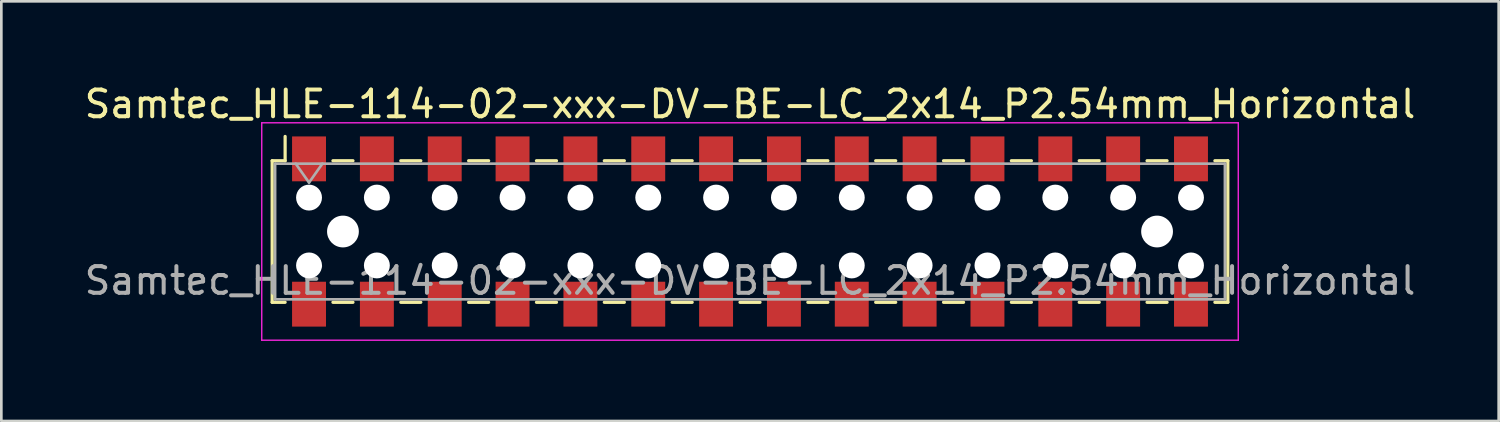
<source format=kicad_pcb>
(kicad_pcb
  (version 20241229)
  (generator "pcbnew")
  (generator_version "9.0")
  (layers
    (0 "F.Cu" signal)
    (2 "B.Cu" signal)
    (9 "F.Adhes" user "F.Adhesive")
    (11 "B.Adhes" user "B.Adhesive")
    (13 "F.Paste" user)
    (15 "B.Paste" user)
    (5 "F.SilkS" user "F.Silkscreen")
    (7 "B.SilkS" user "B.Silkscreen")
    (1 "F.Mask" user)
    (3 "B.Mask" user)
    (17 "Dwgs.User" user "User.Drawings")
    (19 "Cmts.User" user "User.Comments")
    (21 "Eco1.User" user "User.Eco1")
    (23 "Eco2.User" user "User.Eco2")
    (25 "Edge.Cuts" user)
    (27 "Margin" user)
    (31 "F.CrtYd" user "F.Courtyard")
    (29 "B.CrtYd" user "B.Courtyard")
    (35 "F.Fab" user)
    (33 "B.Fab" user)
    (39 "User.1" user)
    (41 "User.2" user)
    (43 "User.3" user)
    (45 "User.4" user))
  (footprint "Samtec_HLE-114-02-xxx-DV-BE-LC_2x14_P2.54mm_Horizontal"
    (layer "F.Cu")
    (at 25.03 5.618)
    (property "Reference" "Samtec_HLE-114-02-xxx-DV-BE-LC_2x14_P2.54mm_Horizontal" (at 0 -4.77 0) (layer "F.SilkS") (effects (font (size 1 1) (thickness 0.15))))
    (attr smd)
    (fp_line (start -17.89 -2.65) (end -17.89 2.65) (stroke (width 0.12) (type solid)) (layer "F.SilkS"))
    (fp_line (start -17.89 2.65) (end -17.405 2.65) (stroke (width 0.12) (type solid)) (layer "F.SilkS"))
    (fp_line (start -17.405 -3.56) (end -17.405 -2.65) (stroke (width 0.12) (type solid)) (layer "F.SilkS"))
    (fp_line (start -17.405 -2.65) (end -17.89 -2.65) (stroke (width 0.12) (type solid)) (layer "F.SilkS"))
    (fp_line (start -15.615 -2.65) (end -14.865 -2.65) (stroke (width 0.12) (type solid)) (layer "F.SilkS"))
    (fp_line (start -15.615 2.65) (end -14.865 2.65) (stroke (width 0.12) (type solid)) (layer "F.SilkS"))
    (fp_line (start -13.075 -2.65) (end -12.325 -2.65) (stroke (width 0.12) (type solid)) (layer "F.SilkS"))
    (fp_line (start -13.075 2.65) (end -12.325 2.65) (stroke (width 0.12) (type solid)) (layer "F.SilkS"))
    (fp_line (start -10.535 -2.65) (end -9.785 -2.65) (stroke (width 0.12) (type solid)) (layer "F.SilkS"))
    (fp_line (start -10.535 2.65) (end -9.785 2.65) (stroke (width 0.12) (type solid)) (layer "F.SilkS"))
    (fp_line (start -7.995 -2.65) (end -7.245 -2.65) (stroke (width 0.12) (type solid)) (layer "F.SilkS"))
    (fp_line (start -7.995 2.65) (end -7.245 2.65) (stroke (width 0.12) (type solid)) (layer "F.SilkS"))
    (fp_line (start -5.455 -2.65) (end -4.705 -2.65) (stroke (width 0.12) (type solid)) (layer "F.SilkS"))
    (fp_line (start -5.455 2.65) (end -4.705 2.65) (stroke (width 0.12) (type solid)) (layer "F.SilkS"))
    (fp_line (start -2.915 -2.65) (end -2.165 -2.65) (stroke (width 0.12) (type solid)) (layer "F.SilkS"))
    (fp_line (start -2.915 2.65) (end -2.165 2.65) (stroke (width 0.12) (type solid)) (layer "F.SilkS"))
    (fp_line (start -0.375 -2.65) (end 0.375 -2.65) (stroke (width 0.12) (type solid)) (layer "F.SilkS"))
    (fp_line (start -0.375 2.65) (end 0.375 2.65) (stroke (width 0.12) (type solid)) (layer "F.SilkS"))
    (fp_line (start 2.165 -2.65) (end 2.915 -2.65) (stroke (width 0.12) (type solid)) (layer "F.SilkS"))
    (fp_line (start 2.165 2.65) (end 2.915 2.65) (stroke (width 0.12) (type solid)) (layer "F.SilkS"))
    (fp_line (start 4.705 -2.65) (end 5.455 -2.65) (stroke (width 0.12) (type solid)) (layer "F.SilkS"))
    (fp_line (start 4.705 2.65) (end 5.455 2.65) (stroke (width 0.12) (type solid)) (layer "F.SilkS"))
    (fp_line (start 7.245 -2.65) (end 7.995 -2.65) (stroke (width 0.12) (type solid)) (layer "F.SilkS"))
    (fp_line (start 7.245 2.65) (end 7.995 2.65) (stroke (width 0.12) (type solid)) (layer "F.SilkS"))
    (fp_line (start 9.785 -2.65) (end 10.535 -2.65) (stroke (width 0.12) (type solid)) (layer "F.SilkS"))
    (fp_line (start 9.785 2.65) (end 10.535 2.65) (stroke (width 0.12) (type solid)) (layer "F.SilkS"))
    (fp_line (start 12.325 -2.65) (end 13.075 -2.65) (stroke (width 0.12) (type solid)) (layer "F.SilkS"))
    (fp_line (start 12.325 2.65) (end 13.075 2.65) (stroke (width 0.12) (type solid)) (layer "F.SilkS"))
    (fp_line (start 14.865 -2.65) (end 15.615 -2.65) (stroke (width 0.12) (type solid)) (layer "F.SilkS"))
    (fp_line (start 14.865 2.65) (end 15.615 2.65) (stroke (width 0.12) (type solid)) (layer "F.SilkS"))
    (fp_line (start 17.405 -2.65) (end 17.89 -2.65) (stroke (width 0.12) (type solid)) (layer "F.SilkS"))
    (fp_line (start 17.89 -2.65) (end 17.89 2.65) (stroke (width 0.12) (type solid)) (layer "F.SilkS"))
    (fp_line (start 17.89 2.65) (end 17.405 2.65) (stroke (width 0.12) (type solid)) (layer "F.SilkS"))
    (fp_line (start -18.28 -4.07) (end 18.28 -4.07) (stroke (width 0.05) (type solid)) (layer "F.CrtYd"))
    (fp_line (start -18.28 4.07) (end -18.28 -4.07) (stroke (width 0.05) (type solid)) (layer "F.CrtYd"))
    (fp_line (start 18.28 -4.07) (end 18.28 4.07) (stroke (width 0.05) (type solid)) (layer "F.CrtYd"))
    (fp_line (start 18.28 4.07) (end -18.28 4.07) (stroke (width 0.05) (type solid)) (layer "F.CrtYd"))
    (fp_line (start -17.78 -2.54) (end 17.78 -2.54) (stroke (width 0.1) (type solid)) (layer "F.Fab"))
    (fp_line (start -17.78 2.54) (end -17.78 -2.54) (stroke (width 0.1) (type solid)) (layer "F.Fab"))
    (fp_line (start -17.01 -2.54) (end -16.51 -1.833) (stroke (width 0.1) (type solid)) (layer "F.Fab"))
    (fp_line (start -16.51 -1.833) (end -16.01 -2.54) (stroke (width 0.1) (type solid)) (layer "F.Fab"))
    (fp_line (start 17.78 -2.54) (end 17.78 2.54) (stroke (width 0.1) (type solid)) (layer "F.Fab"))
    (fp_line (start 17.78 2.54) (end -17.78 2.54) (stroke (width 0.1) (type solid)) (layer "F.Fab"))
    (fp_text user "${REFERENCE}" (at 0 1.84 0) (layer "F.Fab") (effects (font (size 1 1) (thickness 0.15))))
    (pad "" np_thru_hole circle (at -16.51 -1.27) (size 0.97 0.97) (drill 0.97) (layers "*.Cu" "*.Mask"))
    (pad "" np_thru_hole circle (at -16.51 1.27) (size 0.97 0.97) (drill 0.97) (layers "*.Cu" "*.Mask"))
    (pad "" np_thru_hole circle (at -15.24 0) (size 1.19 1.19) (drill 1.19) (layers "*.Cu" "*.Mask"))
    (pad "" np_thru_hole circle (at -13.97 -1.27) (size 0.97 0.97) (drill 0.97) (layers "*.Cu" "*.Mask"))
    (pad "" np_thru_hole circle (at -13.97 1.27) (size 0.97 0.97) (drill 0.97) (layers "*.Cu" "*.Mask"))
    (pad "" np_thru_hole circle (at -11.43 -1.27) (size 0.97 0.97) (drill 0.97) (layers "*.Cu" "*.Mask"))
    (pad "" np_thru_hole circle (at -11.43 1.27) (size 0.97 0.97) (drill 0.97) (layers "*.Cu" "*.Mask"))
    (pad "" np_thru_hole circle (at -8.89 -1.27) (size 0.97 0.97) (drill 0.97) (layers "*.Cu" "*.Mask"))
    (pad "" np_thru_hole circle (at -8.89 1.27) (size 0.97 0.97) (drill 0.97) (layers "*.Cu" "*.Mask"))
    (pad "" np_thru_hole circle (at -6.35 -1.27) (size 0.97 0.97) (drill 0.97) (layers "*.Cu" "*.Mask"))
    (pad "" np_thru_hole circle (at -6.35 1.27) (size 0.97 0.97) (drill 0.97) (layers "*.Cu" "*.Mask"))
    (pad "" np_thru_hole circle (at -3.81 -1.27) (size 0.97 0.97) (drill 0.97) (layers "*.Cu" "*.Mask"))
    (pad "" np_thru_hole circle (at -3.81 1.27) (size 0.97 0.97) (drill 0.97) (layers "*.Cu" "*.Mask"))
    (pad "" np_thru_hole circle (at -1.27 -1.27) (size 0.97 0.97) (drill 0.97) (layers "*.Cu" "*.Mask"))
    (pad "" np_thru_hole circle (at -1.27 1.27) (size 0.97 0.97) (drill 0.97) (layers "*.Cu" "*.Mask"))
    (pad "" np_thru_hole circle (at 1.27 -1.27) (size 0.97 0.97) (drill 0.97) (layers "*.Cu" "*.Mask"))
    (pad "" np_thru_hole circle (at 1.27 1.27) (size 0.97 0.97) (drill 0.97) (layers "*.Cu" "*.Mask"))
    (pad "" np_thru_hole circle (at 3.81 -1.27) (size 0.97 0.97) (drill 0.97) (layers "*.Cu" "*.Mask"))
    (pad "" np_thru_hole circle (at 3.81 1.27) (size 0.97 0.97) (drill 0.97) (layers "*.Cu" "*.Mask"))
    (pad "" np_thru_hole circle (at 6.35 -1.27) (size 0.97 0.97) (drill 0.97) (layers "*.Cu" "*.Mask"))
    (pad "" np_thru_hole circle (at 6.35 1.27) (size 0.97 0.97) (drill 0.97) (layers "*.Cu" "*.Mask"))
    (pad "" np_thru_hole circle (at 8.89 -1.27) (size 0.97 0.97) (drill 0.97) (layers "*.Cu" "*.Mask"))
    (pad "" np_thru_hole circle (at 8.89 1.27) (size 0.97 0.97) (drill 0.97) (layers "*.Cu" "*.Mask"))
    (pad "" np_thru_hole circle (at 11.43 -1.27) (size 0.97 0.97) (drill 0.97) (layers "*.Cu" "*.Mask"))
    (pad "" np_thru_hole circle (at 11.43 1.27) (size 0.97 0.97) (drill 0.97) (layers "*.Cu" "*.Mask"))
    (pad "" np_thru_hole circle (at 13.97 -1.27) (size 0.97 0.97) (drill 0.97) (layers "*.Cu" "*.Mask"))
    (pad "" np_thru_hole circle (at 13.97 1.27) (size 0.97 0.97) (drill 0.97) (layers "*.Cu" "*.Mask"))
    (pad "" np_thru_hole circle (at 15.24 0) (size 1.19 1.19) (drill 1.19) (layers "*.Cu" "*.Mask"))
    (pad "" np_thru_hole circle (at 16.51 -1.27) (size 0.97 0.97) (drill 0.97) (layers "*.Cu" "*.Mask"))
    (pad "" np_thru_hole circle (at 16.51 1.27) (size 0.97 0.97) (drill 0.97) (layers "*.Cu" "*.Mask"))
    (pad "1" smd rect (at -16.51 -2.72) (size 1.27 1.68) (layers "F.Cu" "F.Mask" "F.Paste"))
    (pad "2" smd rect (at -16.51 2.72) (size 1.27 1.68) (layers "F.Cu" "F.Mask" "F.Paste"))
    (pad "3" smd rect (at -13.97 -2.72) (size 1.27 1.68) (layers "F.Cu" "F.Mask" "F.Paste"))
    (pad "4" smd rect (at -13.97 2.72) (size 1.27 1.68) (layers "F.Cu" "F.Mask" "F.Paste"))
    (pad "5" smd rect (at -11.43 -2.72) (size 1.27 1.68) (layers "F.Cu" "F.Mask" "F.Paste"))
    (pad "6" smd rect (at -11.43 2.72) (size 1.27 1.68) (layers "F.Cu" "F.Mask" "F.Paste"))
    (pad "7" smd rect (at -8.89 -2.72) (size 1.27 1.68) (layers "F.Cu" "F.Mask" "F.Paste"))
    (pad "8" smd rect (at -8.89 2.72) (size 1.27 1.68) (layers "F.Cu" "F.Mask" "F.Paste"))
    (pad "9" smd rect (at -6.35 -2.72) (size 1.27 1.68) (layers "F.Cu" "F.Mask" "F.Paste"))
    (pad "10" smd rect (at -6.35 2.72) (size 1.27 1.68) (layers "F.Cu" "F.Mask" "F.Paste"))
    (pad "11" smd rect (at -3.81 -2.72) (size 1.27 1.68) (layers "F.Cu" "F.Mask" "F.Paste"))
    (pad "12" smd rect (at -3.81 2.72) (size 1.27 1.68) (layers "F.Cu" "F.Mask" "F.Paste"))
    (pad "13" smd rect (at -1.27 -2.72) (size 1.27 1.68) (layers "F.Cu" "F.Mask" "F.Paste"))
    (pad "14" smd rect (at -1.27 2.72) (size 1.27 1.68) (layers "F.Cu" "F.Mask" "F.Paste"))
    (pad "15" smd rect (at 1.27 -2.72) (size 1.27 1.68) (layers "F.Cu" "F.Mask" "F.Paste"))
    (pad "16" smd rect (at 1.27 2.72) (size 1.27 1.68) (layers "F.Cu" "F.Mask" "F.Paste"))
    (pad "17" smd rect (at 3.81 -2.72) (size 1.27 1.68) (layers "F.Cu" "F.Mask" "F.Paste"))
    (pad "18" smd rect (at 3.81 2.72) (size 1.27 1.68) (layers "F.Cu" "F.Mask" "F.Paste"))
    (pad "19" smd rect (at 6.35 -2.72) (size 1.27 1.68) (layers "F.Cu" "F.Mask" "F.Paste"))
    (pad "20" smd rect (at 6.35 2.72) (size 1.27 1.68) (layers "F.Cu" "F.Mask" "F.Paste"))
    (pad "21" smd rect (at 8.89 -2.72) (size 1.27 1.68) (layers "F.Cu" "F.Mask" "F.Paste"))
    (pad "22" smd rect (at 8.89 2.72) (size 1.27 1.68) (layers "F.Cu" "F.Mask" "F.Paste"))
    (pad "23" smd rect (at 11.43 -2.72) (size 1.27 1.68) (layers "F.Cu" "F.Mask" "F.Paste"))
    (pad "24" smd rect (at 11.43 2.72) (size 1.27 1.68) (layers "F.Cu" "F.Mask" "F.Paste"))
    (pad "25" smd rect (at 13.97 -2.72) (size 1.27 1.68) (layers "F.Cu" "F.Mask" "F.Paste"))
    (pad "26" smd rect (at 13.97 2.72) (size 1.27 1.68) (layers "F.Cu" "F.Mask" "F.Paste"))
    (pad "27" smd rect (at 16.51 -2.72) (size 1.27 1.68) (layers "F.Cu" "F.Mask" "F.Paste"))
    (pad "28" smd rect (at 16.51 2.72) (size 1.27 1.68) (layers "F.Cu" "F.Mask" "F.Paste")))
  (gr_rect
    (start -3 -3)
    (end 53.06 12.713)
    (stroke (width 0.1) (type default))
    (fill no)
    (layer "Edge.Cuts")))
</source>
